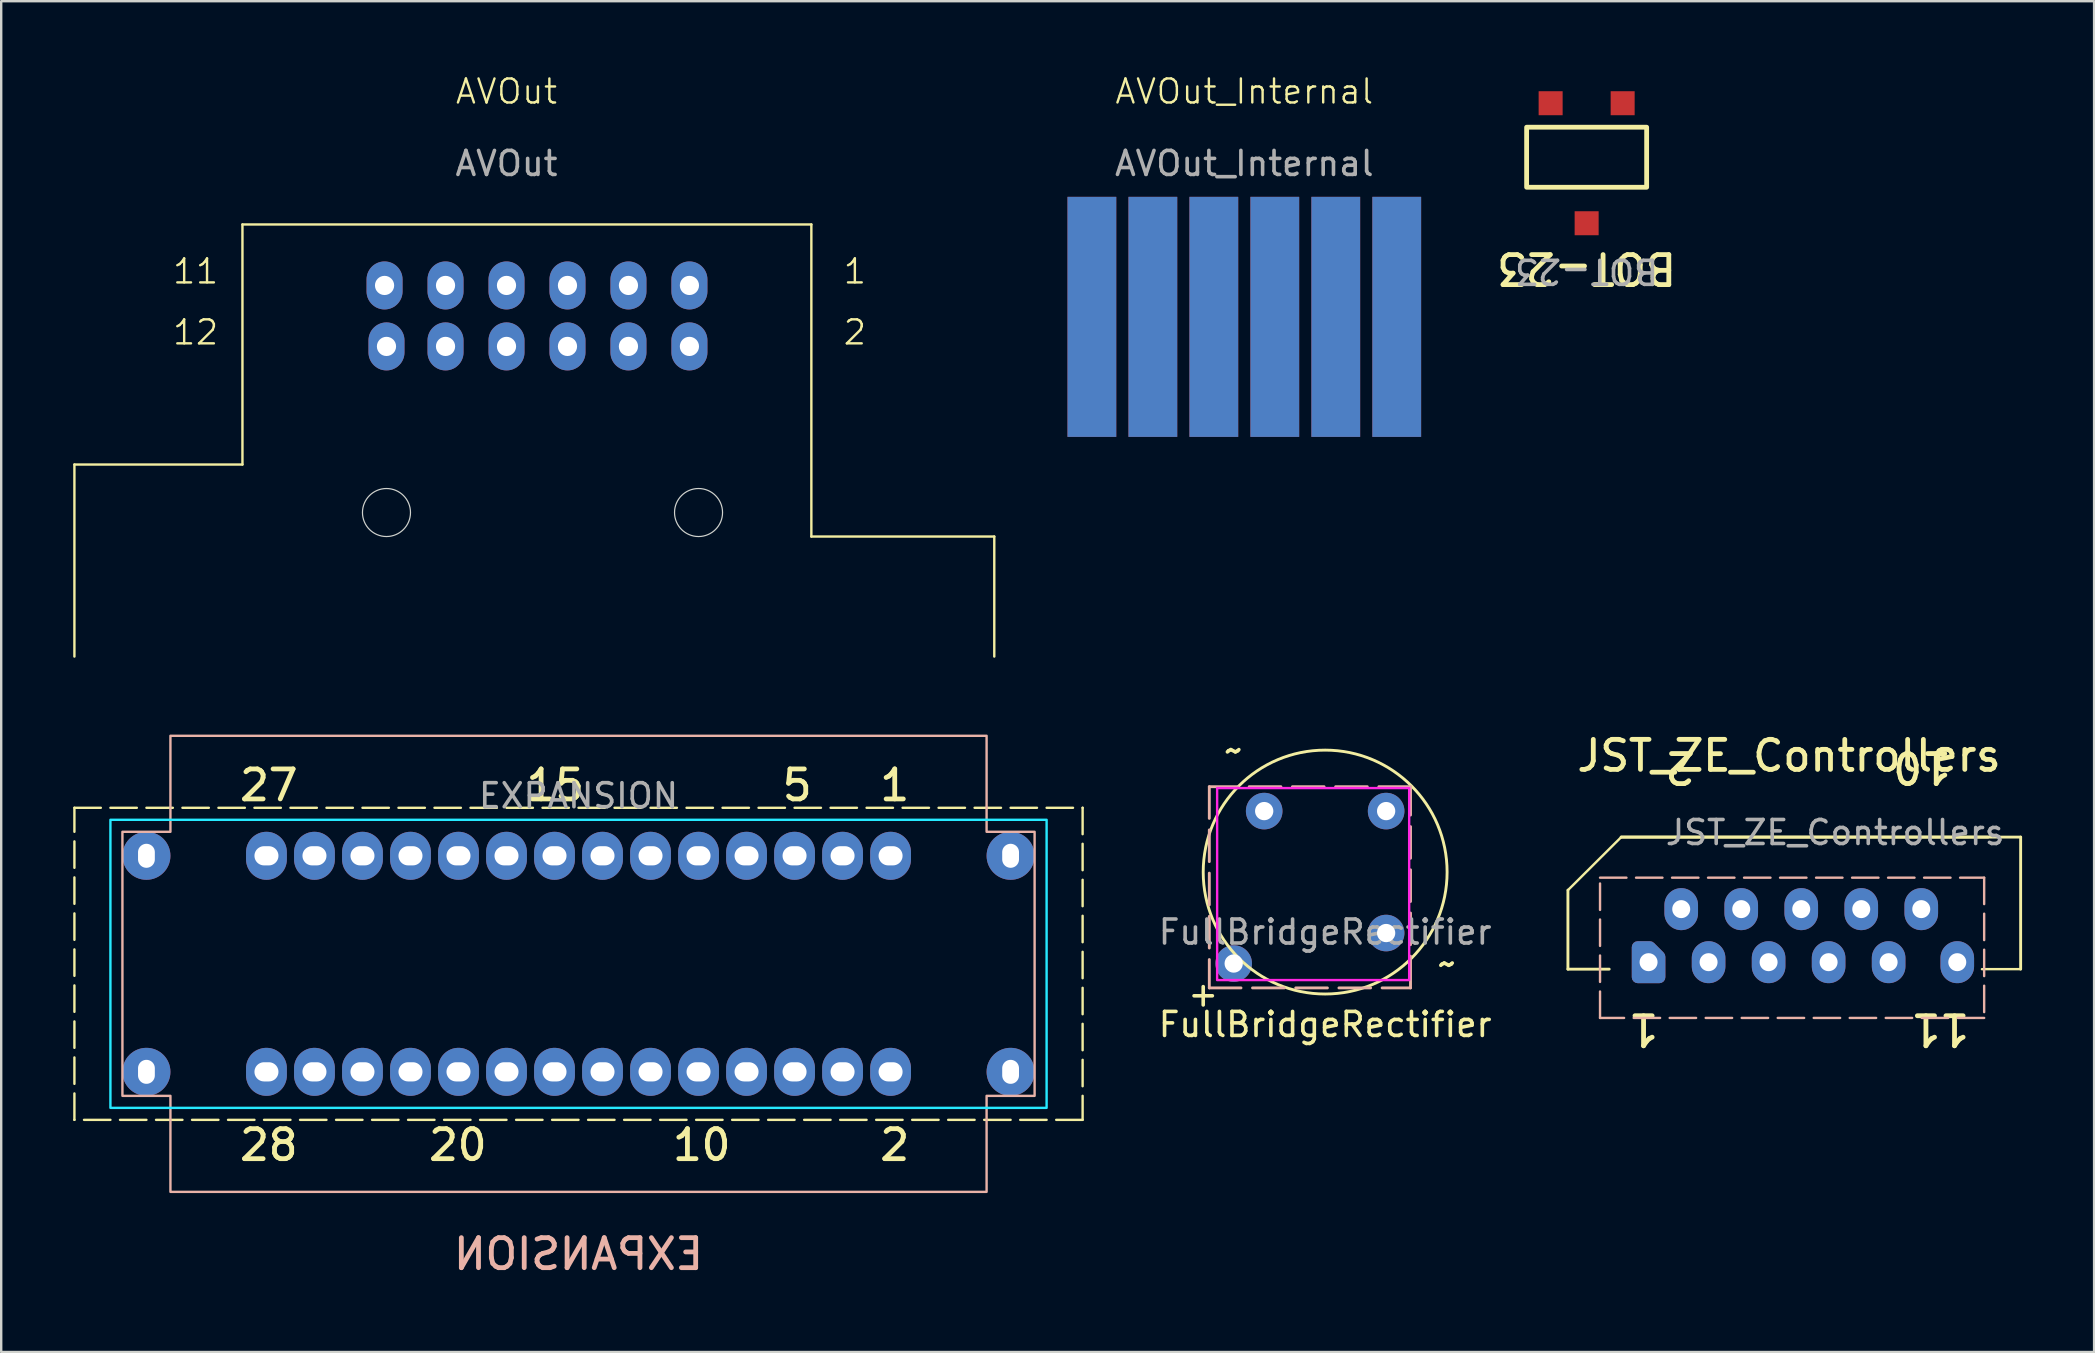
<source format=kicad_pcb>
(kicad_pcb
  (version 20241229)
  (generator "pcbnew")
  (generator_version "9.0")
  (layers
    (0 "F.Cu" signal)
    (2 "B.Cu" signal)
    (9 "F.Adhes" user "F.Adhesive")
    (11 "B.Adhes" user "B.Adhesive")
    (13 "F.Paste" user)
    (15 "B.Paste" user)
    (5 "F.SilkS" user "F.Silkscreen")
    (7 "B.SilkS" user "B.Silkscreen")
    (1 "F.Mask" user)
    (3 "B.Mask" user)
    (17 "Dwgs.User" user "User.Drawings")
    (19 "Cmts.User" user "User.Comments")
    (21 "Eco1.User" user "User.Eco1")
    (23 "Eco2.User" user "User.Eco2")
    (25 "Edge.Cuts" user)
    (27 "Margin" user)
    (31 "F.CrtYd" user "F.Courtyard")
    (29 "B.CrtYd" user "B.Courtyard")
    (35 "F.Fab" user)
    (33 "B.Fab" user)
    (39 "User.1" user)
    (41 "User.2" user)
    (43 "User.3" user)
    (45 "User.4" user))
  (footprint "AVOut_Internal"
    (layer "F.Cu")
    (at 48.786 1.26)
    (property "Reference" "AVOut_Internal" (at 0 -0.5 0) (unlocked yes) (layer "F.SilkS") (effects (font (size 1 1) (thickness 0.1))))
    (attr smd)
    (fp_text user "${REFERENCE}" (at 0 2.5 0) (unlocked yes) (layer "F.Fab") (effects (font (size 1 1) (thickness 0.15))))
    (pad "1" smd rect (at 6.35 8.89) (size 2.032 10) (layers "F.Cu" "F.Mask" "F.Paste"))
    (pad "2" smd rect (at 6.35 8.89) (size 2.032 10) (layers "B.Cu" "B.Mask" "B.Paste"))
    (pad "3" smd rect (at 3.81 8.89) (size 2.032 10) (layers "F.Cu" "F.Mask" "F.Paste"))
    (pad "4" smd rect (at 3.81 8.89) (size 2.032 10) (layers "B.Cu" "B.Mask" "B.Paste"))
    (pad "5" smd rect (at 1.27 8.89) (size 2.032 10) (layers "F.Cu" "F.Mask" "F.Paste"))
    (pad "6" smd rect (at 1.27 8.89) (size 2.032 10) (layers "B.Cu" "B.Mask" "B.Paste"))
    (pad "7" smd rect (at -1.27 8.89) (size 2.032 10) (layers "F.Cu" "F.Mask" "F.Paste"))
    (pad "8" smd rect (at -1.27 8.89) (size 2.032 10) (layers "B.Cu" "B.Mask" "B.Paste"))
    (pad "9" smd rect (at -3.81 8.89) (size 2.032 10) (layers "F.Cu" "F.Mask" "F.Paste"))
    (pad "10" smd rect (at -3.81 8.89) (size 2.032 10) (layers "B.Cu" "B.Mask" "B.Paste"))
    (pad "11" smd rect (at -6.35 8.89) (size 2.032 10) (layers "F.Cu" "F.Mask" "F.Paste"))
    (pad "12" smd rect (at -6.35 8.89) (size 2.032 10) (layers "B.Cu" "B.Mask" "B.Paste")))
  (footprint "EXPANSION"
    (layer "F.Cu")
    (at 21.05 27.601)
    (property "Reference" "EXPANSION" (at 0 21.59 0) (unlocked yes) (layer "B.SilkS") (effects (font (size 1.25 1.25) (thickness 0.2)) (justify mirror)))
    (attr through_hole)
    (fp_rect (start -21 3) (end 21 16) (stroke (width 0.1) (type dash)) (fill no) (layer "F.SilkS"))
    (fp_poly (pts (xy -19 4) (xy -19 15) (xy -17 15) (xy -17 19) (xy 17 19) (xy 17 15) (xy 19 15) (xy 19 4) (xy 17 4) (xy 17 0) (xy -17 0) (xy -17 4)) (stroke (width 0.1) (type solid)) (fill no) (layer "B.SilkS"))
    (fp_rect (start -19.5 3.5) (end 19.5 15.5) (stroke (width 0.1) (type solid)) (fill no) (layer "B.CrtYd"))
    (fp_text user "5" (at 8.382 2.794 0) (unlocked yes) (layer "F.SilkS") (effects (font (size 1.25 1.25) (thickness 0.2)) (justify left bottom)))
    (fp_text user "27" (at -14.224 2.794 0) (unlocked yes) (layer "F.SilkS") (effects (font (size 1.25 1.25) (thickness 0.2)) (justify left bottom)))
    (fp_text user "15" (at -2.286 2.794 0) (unlocked yes) (layer "F.SilkS") (effects (font (size 1.25 1.25) (thickness 0.2)) (justify left bottom)))
    (fp_text user "10" (at 3.81 17.78 0) (unlocked yes) (layer "F.SilkS") (effects (font (size 1.25 1.25) (thickness 0.2)) (justify left bottom)))
    (fp_text user "1" (at 12.446 2.794 0) (unlocked yes) (layer "F.SilkS") (effects (font (size 1.25 1.25) (thickness 0.2)) (justify left bottom)))
    (fp_text user "28" (at -14.224 17.78 0) (unlocked yes) (layer "F.SilkS") (effects (font (size 1.25 1.25) (thickness 0.2)) (justify left bottom)))
    (fp_text user "20" (at -6.35 17.78 0) (unlocked yes) (layer "F.SilkS") (effects (font (size 1.25 1.25) (thickness 0.2)) (justify left bottom)))
    (fp_text user "2" (at 12.446 17.78 0) (unlocked yes) (layer "F.SilkS") (effects (font (size 1.25 1.25) (thickness 0.2)) (justify left bottom)))
    (fp_text user "${REFERENCE}" (at 0 2.5 0) (unlocked yes) (layer "F.Fab") (effects (font (size 1 1) (thickness 0.15))))
    (pad "1" thru_hole oval (at 13 5 90) (size 2 1.7) (drill oval 0.8 1) (layers "*.Cu" "*.Mask"))
    (pad "2" thru_hole oval (at 13 14 90) (size 2 1.7) (drill oval 0.8 1) (layers "*.Cu" "*.Mask"))
    (pad "3" thru_hole oval (at 11 5 90) (size 2 1.7) (drill oval 0.8 1) (layers "*.Cu" "*.Mask"))
    (pad "4" thru_hole oval (at 11 14 90) (size 2 1.7) (drill oval 0.8 1) (layers "*.Cu" "*.Mask"))
    (pad "5" thru_hole oval (at 9 5 90) (size 2 1.7) (drill oval 0.8 1) (layers "*.Cu" "*.Mask"))
    (pad "6" thru_hole oval (at 9 14 90) (size 2 1.7) (drill oval 0.8 1) (layers "*.Cu" "*.Mask"))
    (pad "7" thru_hole oval (at 7 5 90) (size 2 1.7) (drill oval 0.8 1) (layers "*.Cu" "*.Mask"))
    (pad "8" thru_hole oval (at 7 14 90) (size 2 1.7) (drill oval 0.8 1) (layers "*.Cu" "*.Mask"))
    (pad "9" thru_hole oval (at 5 5 90) (size 2 1.7) (drill oval 0.8 1) (layers "*.Cu" "*.Mask"))
    (pad "10" thru_hole oval (at 5 14 90) (size 2 1.7) (drill oval 0.8 1) (layers "*.Cu" "*.Mask"))
    (pad "11" thru_hole oval (at 3 5 90) (size 2 1.7) (drill oval 0.8 1) (layers "*.Cu" "*.Mask"))
    (pad "12" thru_hole oval (at 3 14 90) (size 2 1.7) (drill oval 0.8 1) (layers "*.Cu" "*.Mask"))
    (pad "13" thru_hole oval (at 1 5 90) (size 2 1.7) (drill oval 0.8 1) (layers "*.Cu" "*.Mask"))
    (pad "14" thru_hole oval (at 1 14 90) (size 2 1.7) (drill oval 0.8 1) (layers "*.Cu" "*.Mask"))
    (pad "15" thru_hole oval (at -1 5 90) (size 2 1.7) (drill oval 0.8 1) (layers "*.Cu" "*.Mask"))
    (pad "16" thru_hole oval (at -1 14 90) (size 2 1.7) (drill oval 0.8 1) (layers "*.Cu" "*.Mask"))
    (pad "17" thru_hole oval (at -3 5 90) (size 2 1.7) (drill oval 0.8 1) (layers "*.Cu" "*.Mask"))
    (pad "18" thru_hole oval (at -3 14 90) (size 2 1.7) (drill oval 0.8 1) (layers "*.Cu" "*.Mask"))
    (pad "19" thru_hole oval (at -5 5 90) (size 2 1.7) (drill oval 0.8 1) (layers "*.Cu" "*.Mask"))
    (pad "20" thru_hole oval (at -5 14 90) (size 2 1.7) (drill oval 0.8 1) (layers "*.Cu" "*.Mask"))
    (pad "21" thru_hole oval (at -7 5 90) (size 2 1.7) (drill oval 0.8 1) (layers "*.Cu" "*.Mask"))
    (pad "22" thru_hole oval (at -7 14 90) (size 2 1.7) (drill oval 0.8 1) (layers "*.Cu" "*.Mask"))
    (pad "23" thru_hole circle (at -18 5 90) (size 2 2) (drill oval 1 0.7) (layers "*.Cu" "*.Mask"))
    (pad "23" thru_hole circle (at -18 14 90) (size 2 2) (drill oval 1 0.7) (layers "*.Cu" "*.Mask"))
    (pad "23" thru_hole oval (at -9 5 90) (size 2 1.7) (drill oval 0.8 1) (layers "*.Cu" "*.Mask"))
    (pad "23" thru_hole circle (at 18 5 90) (size 2 2) (drill oval 1 0.7) (layers "*.Cu" "*.Mask"))
    (pad "23" thru_hole circle (at 18 14 90) (size 2 2) (drill oval 1 0.7) (layers "*.Cu" "*.Mask"))
    (pad "24" thru_hole oval (at -9 14 90) (size 2 1.7) (drill oval 0.8 1) (layers "*.Cu" "*.Mask"))
    (pad "25" thru_hole oval (at -11 5 90) (size 2 1.7) (drill oval 0.8 1) (layers "*.Cu" "*.Mask"))
    (pad "26" thru_hole oval (at -11 14 90) (size 2 1.7) (drill oval 0.8 1) (layers "*.Cu" "*.Mask"))
    (pad "27" thru_hole oval (at -13 5 90) (size 2 1.7) (drill oval 0.8 1) (layers "*.Cu" "*.Mask"))
    (pad "28" thru_hole oval (at -13 14 90) (size 2 1.7) (drill oval 0.8 1) (layers "*.Cu" "*.Mask")))
  (footprint "BOT-23"
    (layer "F.Cu")
    (at 63.047 0.25)
    (property "Reference" "BOT-23" (at 0 7.874 180) (unlocked yes) (layer "F.SilkS") (effects (font (size 1.25 1.25) (thickness 0.2))))
    (attr smd)
    (fp_rect (start 2.5 4.5) (end -2.5 2) (stroke (width 0.2) (type default)) (fill no) (layer "F.SilkS"))
    (fp_text user "${REFERENCE}" (at 0 8 180) (unlocked yes) (layer "F.Fab") (effects (font (size 1 1) (thickness 0.15))))
    (pad "1" smd rect (at -1.5 1 180) (size 1 1) (layers "F.Cu" "F.Mask" "F.Paste"))
    (pad "2" smd rect (at 0 6 180) (size 1 1) (layers "F.Cu" "F.Mask" "F.Paste"))
    (pad "3" smd rect (at 1.5 1 180) (size 1 1) (layers "F.Cu" "F.Mask" "F.Paste")))
  (footprint "JST_ZE_Controllers"
    (layer "F.Cu")
    (at 71.987 37.323)
    (property "Reference" "JST_ZE_Controllers" (at -0.508 -8.89 0) (layer "F.SilkS") (effects (font (size 1.25 1.25) (thickness 0.2))))
    (attr through_hole)
    (fp_line (start -9.72 0) (end -9.72 -3.29) (stroke (width 0.12) (type solid)) (layer "F.SilkS"))
    (fp_line (start -8.001 0) (end -9.72 0) (stroke (width 0.12) (type solid)) (layer "F.SilkS"))
    (fp_line (start -7.5 -5.5) (end -9.72 -3.29) (stroke (width 0.1) (type default)) (layer "F.SilkS"))
    (fp_line (start -7.5 -5.5) (end 9.14 -5.5) (stroke (width 0.12) (type solid)) (layer "F.SilkS"))
    (fp_line (start 7.78 -5.5) (end -7.5 -5.5) (stroke (width 0.12) (type solid)) (layer "F.SilkS"))
    (fp_line (start 9.14 -5.5) (end 9.14 -0.001) (stroke (width 0.12) (type solid)) (layer "F.SilkS"))
    (fp_line (start 9.14 -0.001) (end 7.528 0.001) (stroke (width 0.1) (type default)) (layer "F.SilkS"))
    (fp_rect (start -8.382 -3.81) (end 7.62 2.032) (stroke (width 0.1) (type dash)) (fill no) (layer "B.SilkS"))
    (fp_text user "1" (at -5.842 1.778 180) (unlocked yes) (layer "F.SilkS") (effects (font (size 1.25 1.25) (thickness 0.2)) (justify left bottom)))
    (fp_text user "10" (at 6.35 -9.144 180) (unlocked yes) (layer "F.SilkS") (effects (font (size 1.25 1.25) (thickness 0.2)) (justify left bottom)))
    (fp_text user "2" (at -4.318 -9.144 180) (unlocked yes) (layer "F.SilkS") (effects (font (size 1.25 1.25) (thickness 0.2)) (justify left bottom)))
    (fp_text user "11" (at 7.112 1.778 180) (unlocked yes) (layer "F.SilkS") (effects (font (size 1.25 1.25) (thickness 0.2)) (justify left bottom)))
    (fp_text user "${REFERENCE}" (at 1.41 -5.69 0) (layer "F.Fab") (effects (font (size 1 1) (thickness 0.15))))
    (pad "1" thru_hole custom (at -6.36 -0.29) (size 1.117 1.117) (drill 0.75) (layers "*.Cu" "*.Mask") (options (anchor circle)) (primitives (gr_poly (pts (xy 0.45 -0.225) (xy 0.45 0.625) (xy -0.45 0.625) (xy -0.45 -0.625) (xy 0.05 -0.625)) (width 0.5) (fill yes))))
    (pad "2" thru_hole oval (at -5 -2.5) (size 1.4 1.75) (drill 0.75) (layers "*.Cu" "*.Mask"))
    (pad "3" thru_hole oval (at -3.86 -0.29) (size 1.4 1.75) (drill 0.75) (layers "*.Cu" "*.Mask"))
    (pad "4" thru_hole oval (at -2.5 -2.5) (size 1.4 1.75) (drill 0.75) (layers "*.Cu" "*.Mask"))
    (pad "5" thru_hole oval (at -1.36 -0.29) (size 1.4 1.75) (drill 0.75) (layers "*.Cu" "*.Mask"))
    (pad "6" thru_hole oval (at 0 -2.5) (size 1.4 1.75) (drill 0.75) (layers "*.Cu" "*.Mask"))
    (pad "7" thru_hole oval (at 1.14 -0.29) (size 1.4 1.75) (drill 0.75) (layers "*.Cu" "*.Mask"))
    (pad "8" thru_hole oval (at 2.5 -2.5) (size 1.4 1.75) (drill 0.75) (layers "*.Cu" "*.Mask"))
    (pad "9" thru_hole oval (at 3.64 -0.29) (size 1.4 1.75) (drill 0.75) (layers "*.Cu" "*.Mask"))
    (pad "10" thru_hole oval (at 5 -2.5) (size 1.4 1.75) (drill 0.75) (layers "*.Cu" "*.Mask"))
    (pad "11" thru_hole oval (at 6.5 -0.29) (size 1.4 1.75) (drill 0.75) (layers "*.Cu" "*.Mask")))
  (footprint "AVOut"
    (layer "F.Cu")
    (at 18.05 6.301)
    (property "Reference" "AVOut" (at 0 -5.54 0) (unlocked yes) (layer "F.SilkS") (effects (font (size 1 1) (thickness 0.1))))
    (attr through_hole)
    (fp_line (start -18 10) (end -18 18) (stroke (width 0.1) (type default)) (layer "F.SilkS"))
    (fp_line (start -11 0) (end -11 10) (stroke (width 0.1) (type default)) (layer "F.SilkS"))
    (fp_line (start -11 0) (end 12.7 0) (stroke (width 0.1) (type default)) (layer "F.SilkS"))
    (fp_line (start -11 10) (end -18 10) (stroke (width 0.1) (type default)) (layer "F.SilkS"))
    (fp_line (start 12.7 0) (end 12.7 13) (stroke (width 0.1) (type default)) (layer "F.SilkS"))
    (fp_line (start 12.7 13) (end 20.32 13) (stroke (width 0.1) (type default)) (layer "F.SilkS"))
    (fp_line (start 20.32 13) (end 20.32 18) (stroke (width 0.1) (type default)) (layer "F.SilkS"))
    (fp_circle (center -5 12) (end -5 11) (stroke (width 0.05) (type default)) (fill no) (layer "Edge.Cuts"))
    (fp_circle (center 8 12) (end 8 11) (stroke (width 0.05) (type default)) (fill no) (layer "Edge.Cuts"))
    (fp_text user "2" (at 13.97 5.08 0) (unlocked yes) (layer "F.SilkS") (effects (font (size 1 1) (thickness 0.1)) (justify left bottom)))
    (fp_text user "1" (at 13.97 2.54 0) (unlocked yes) (layer "F.SilkS") (effects (font (size 1 1) (thickness 0.1)) (justify left bottom)))
    (fp_text user "12" (at -13.97 5.08 0) (unlocked yes) (layer "F.SilkS") (effects (font (size 1 1) (thickness 0.1)) (justify left bottom)))
    (fp_text user "11" (at -13.97 2.54 0) (unlocked yes) (layer "F.SilkS") (effects (font (size 1 1) (thickness 0.1)) (justify left bottom)))
    (fp_text user "${REFERENCE}" (at 0 -2.54 0) (unlocked yes) (layer "F.Fab") (effects (font (size 1 1) (thickness 0.15))))
    (pad "1" thru_hole oval (at 7.62 2.54) (size 1.5 2) (drill 0.8) (layers "*.Cu" "*.Mask"))
    (pad "2" thru_hole oval (at 7.62 5.08) (size 1.5 2) (drill 0.8) (layers "*.Cu" "*.Mask"))
    (pad "3" thru_hole oval (at 5.08 2.54) (size 1.5 2) (drill 0.8) (layers "*.Cu" "*.Mask"))
    (pad "4" thru_hole oval (at 5.08 5.08) (size 1.5 2) (drill 0.8) (layers "*.Cu" "*.Mask"))
    (pad "5" thru_hole oval (at 2.54 2.54) (size 1.5 2) (drill 0.8) (layers "*.Cu" "*.Mask"))
    (pad "6" thru_hole oval (at 2.54 5.08) (size 1.5 2) (drill 0.8) (layers "*.Cu" "*.Mask"))
    (pad "7" thru_hole oval (at 0 2.54) (size 1.5 2) (drill 0.8) (layers "*.Cu" "*.Mask"))
    (pad "8" thru_hole oval (at 0 5.08) (size 1.5 2) (drill 0.8) (layers "*.Cu" "*.Mask"))
    (pad "9" thru_hole oval (at -2.54 2.54) (size 1.5 2) (drill 0.8) (layers "*.Cu" "*.Mask"))
    (pad "10" thru_hole oval (at -2.54 5.08) (size 1.5 2) (drill 0.8) (layers "*.Cu" "*.Mask"))
    (pad "11" thru_hole oval (at -5.08 2.54) (size 1.5 2) (drill 0.8) (layers "*.Cu" "*.Mask"))
    (pad "12" thru_hole oval (at -5 5.08) (size 1.5 2) (drill 0.8) (layers "*.Cu" "*.Mask")))
  (footprint "FullBridgeRectifier"
    (layer "F.Cu")
    (at 52.154 33.279)
    (property "Reference" "FullBridgeRectifier" (at 0 6.35 0) (unlocked yes) (layer "F.SilkS") (effects (font (size 1 1) (thickness 0.15))))
    (attr through_hole)
    (fp_circle (center 0 0) (end 5.08 0) (stroke (width 0.12) (type solid)) (fill no) (layer "F.SilkS"))
    (fp_rect (start -4.826 4.826) (end 3.556 -3.556) (stroke (width 0.12) (type dash)) (fill no) (layer "B.SilkS"))
    (fp_rect (start -4.5 -3.5) (end 3.5 4.5) (stroke (width 0.1) (type solid)) (fill no) (layer "F.CrtYd"))
    (fp_text user "+" (at -5.08 5.08 0) (unlocked yes) (layer "F.SilkS") (effects (font (size 1 1) (thickness 0.15))))
    (fp_text user "~" (at -3.81 -5.08 0) (unlocked yes) (layer "F.SilkS") (effects (font (size 1 1) (thickness 0.15))))
    (fp_text user "~" (at 5.08 3.81 0) (unlocked yes) (layer "F.SilkS") (effects (font (size 1 1) (thickness 0.15))))
    (fp_text user "${REFERENCE}" (at 0 2.5 0) (unlocked yes) (layer "F.Fab") (effects (font (size 1 1) (thickness 0.15))))
    (pad "1" thru_hole circle (at -3.81 3.81) (size 1.524 1.524) (drill 0.762) (layers "*.Cu" "*.Mask"))
    (pad "2" thru_hole circle (at 2.54 2.54) (size 1.524 1.524) (drill 0.762) (layers "*.Cu" "*.Mask"))
    (pad "3" thru_hole circle (at 2.54 -2.54) (size 1.524 1.524) (drill 0.762) (layers "*.Cu" "*.Mask"))
    (pad "4" thru_hole circle (at -2.54 -2.54) (size 1.524 1.524) (drill 0.762) (layers "*.Cu" "*.Mask")))
  (gr_rect
    (start -3 -3)
    (end 84.187 53.273)
    (stroke (width 0.1) (type default))
    (fill no)
    (layer "Edge.Cuts")))
</source>
